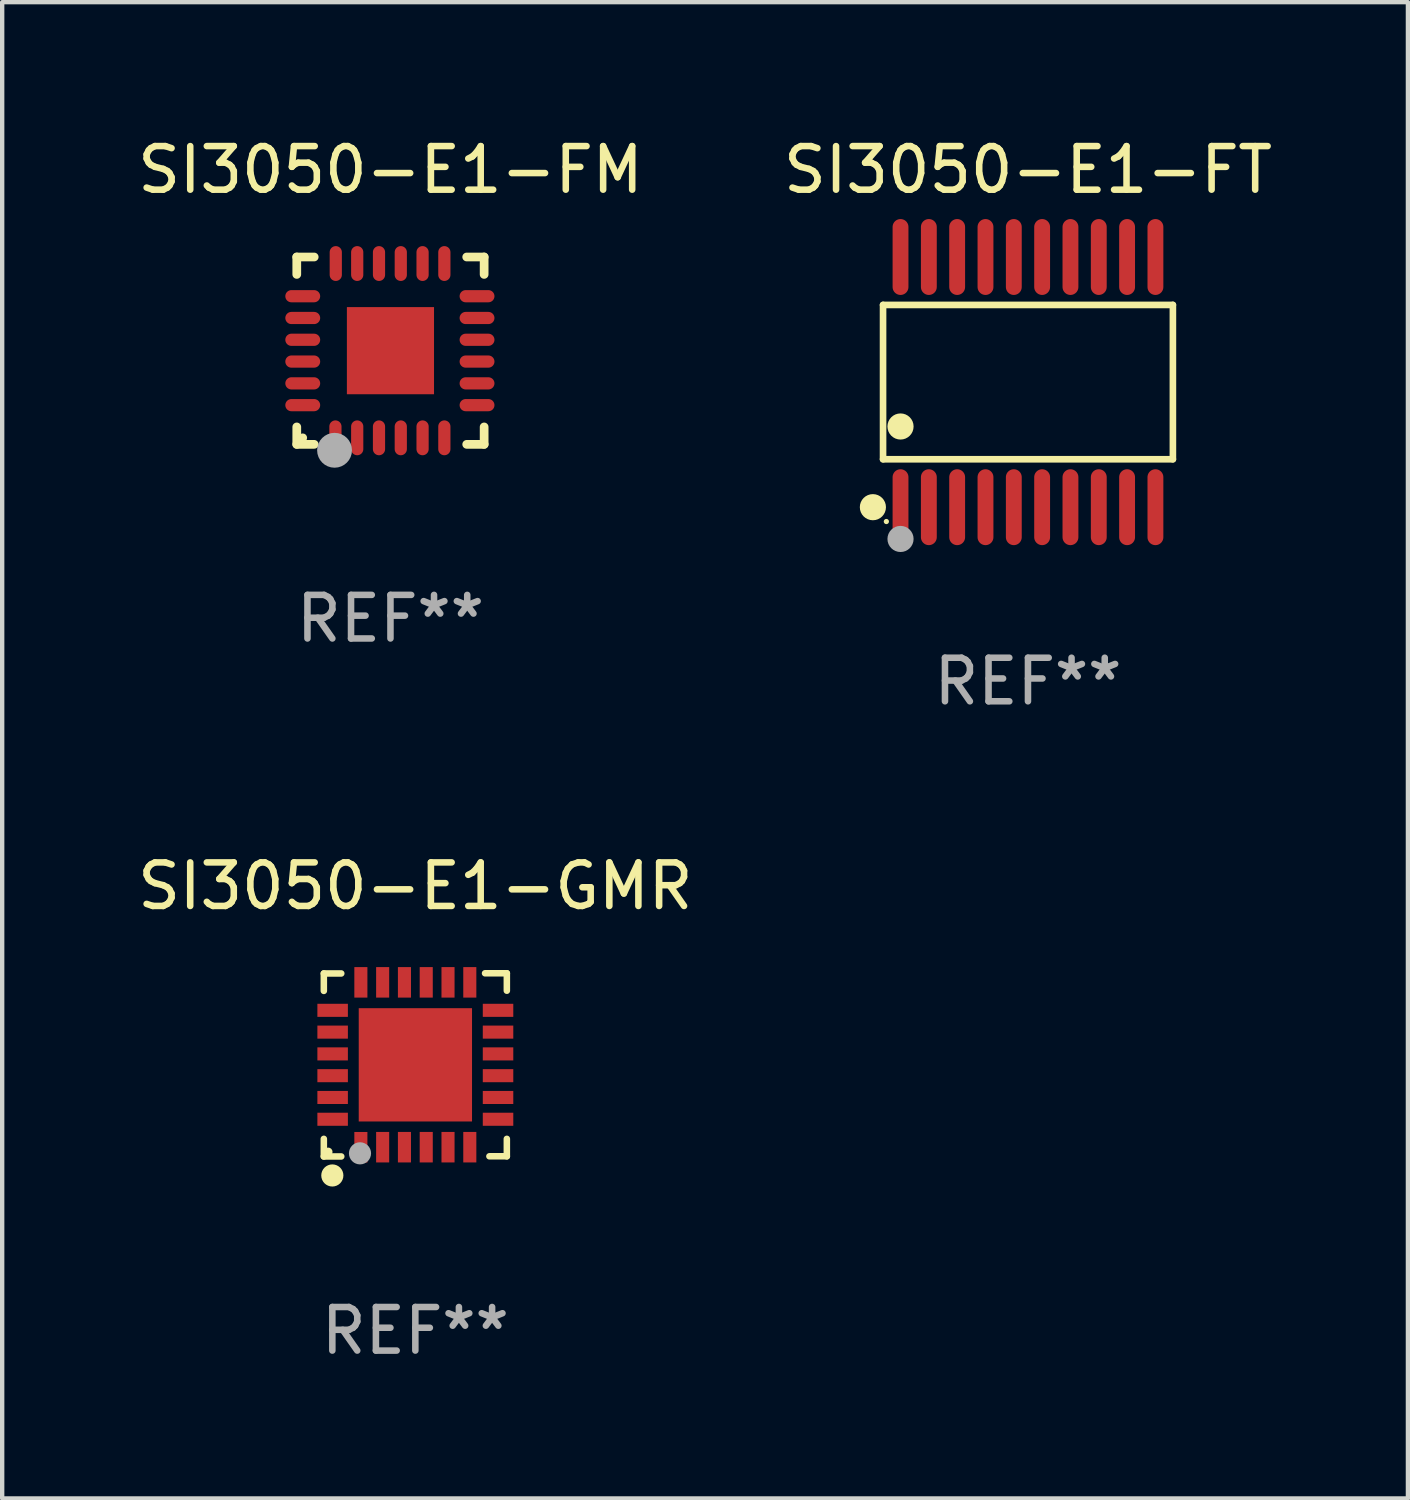
<source format=kicad_pcb>
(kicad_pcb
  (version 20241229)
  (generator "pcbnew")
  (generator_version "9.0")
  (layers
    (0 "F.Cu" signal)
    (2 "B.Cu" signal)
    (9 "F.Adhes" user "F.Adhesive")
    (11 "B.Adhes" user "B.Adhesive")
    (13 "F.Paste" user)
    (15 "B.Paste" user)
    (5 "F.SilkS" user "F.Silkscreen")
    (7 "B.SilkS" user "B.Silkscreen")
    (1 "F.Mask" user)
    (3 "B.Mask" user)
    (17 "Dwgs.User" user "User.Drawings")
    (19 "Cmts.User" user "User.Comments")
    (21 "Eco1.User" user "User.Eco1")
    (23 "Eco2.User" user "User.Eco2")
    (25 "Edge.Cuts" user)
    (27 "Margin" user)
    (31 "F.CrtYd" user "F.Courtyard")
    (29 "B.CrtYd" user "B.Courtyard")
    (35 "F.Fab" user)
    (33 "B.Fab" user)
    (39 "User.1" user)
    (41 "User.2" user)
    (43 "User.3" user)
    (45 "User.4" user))
  (footprint "SI3050-E1-FM"
    (layer "F.Cu")
    (at 5.911 4.998)
    (property "Reference" "SI3050-E1-FM" (at 0 -4.15 0) (layer "F.SilkS") (effects (font (size 1 1) (thickness 0.15))))
    (attr through_hole)
    (fp_line (start -2.15 -2.15) (end -1.75 -2.15) (stroke (width 0.2) (type solid)) (layer "F.SilkS"))
    (fp_line (start -2.15 -1.75) (end -2.15 -2.15) (stroke (width 0.2) (type solid)) (layer "F.SilkS"))
    (fp_line (start -2.15 2.15) (end -2.15 1.75) (stroke (width 0.2) (type solid)) (layer "F.SilkS"))
    (fp_line (start -1.75 2.15) (end -2.15 2.15) (stroke (width 0.2) (type solid)) (layer "F.SilkS"))
    (fp_line (start 2.15 -2.15) (end 1.75 -2.15) (stroke (width 0.2) (type solid)) (layer "F.SilkS"))
    (fp_line (start 2.15 -1.75) (end 2.15 -2.15) (stroke (width 0.2) (type solid)) (layer "F.SilkS"))
    (fp_line (start 2.15 1.75) (end 2.15 2.15) (stroke (width 0.2) (type solid)) (layer "F.SilkS"))
    (fp_line (start 2.15 2.15) (end 1.75 2.15) (stroke (width 0.2) (type solid)) (layer "F.SilkS"))
    (fp_circle (center -2.013 2) (end -1.963 2) (stroke (width 0.1) (type solid)) (fill no) (layer "F.SilkS"))
    (fp_circle (center -1.283 2.286) (end -1.083 2.286) (stroke (width 0.4) (type solid)) (fill no) (layer "F.Fab"))
    (fp_text user "REF**" (at 0 6.15 0) (layer "F.Fab") (effects (font (size 1 1) (thickness 0.15))))
    (pad "1" smd oval (at -1.263 2) (size 0.28 0.8) (layers "F.Cu" "F.Mask" "F.Paste"))
    (pad "2" smd oval (at -0.763 2) (size 0.28 0.8) (layers "F.Cu" "F.Mask" "F.Paste"))
    (pad "3" smd oval (at -0.263 2) (size 0.28 0.8) (layers "F.Cu" "F.Mask" "F.Paste"))
    (pad "4" smd oval (at 0.237 2) (size 0.28 0.8) (layers "F.Cu" "F.Mask" "F.Paste"))
    (pad "5" smd oval (at 0.737 2) (size 0.28 0.8) (layers "F.Cu" "F.Mask" "F.Paste"))
    (pad "6" smd oval (at 1.237 2) (size 0.28 0.8) (layers "F.Cu" "F.Mask" "F.Paste"))
    (pad "7" smd oval (at 1.987 1.25) (size 0.8 0.28) (layers "F.Cu" "F.Mask" "F.Paste"))
    (pad "8" smd oval (at 1.987 0.75) (size 0.8 0.28) (layers "F.Cu" "F.Mask" "F.Paste"))
    (pad "9" smd oval (at 1.987 0.25) (size 0.8 0.28) (layers "F.Cu" "F.Mask" "F.Paste"))
    (pad "10" smd oval (at 1.987 -0.25) (size 0.8 0.28) (layers "F.Cu" "F.Mask" "F.Paste"))
    (pad "11" smd oval (at 1.987 -0.75) (size 0.8 0.28) (layers "F.Cu" "F.Mask" "F.Paste"))
    (pad "12" smd oval (at 1.987 -1.25) (size 0.8 0.28) (layers "F.Cu" "F.Mask" "F.Paste"))
    (pad "13" smd oval (at 1.237 -2) (size 0.28 0.8) (layers "F.Cu" "F.Mask" "F.Paste"))
    (pad "14" smd oval (at 0.737 -2) (size 0.28 0.8) (layers "F.Cu" "F.Mask" "F.Paste"))
    (pad "15" smd oval (at 0.237 -2) (size 0.28 0.8) (layers "F.Cu" "F.Mask" "F.Paste"))
    (pad "16" smd oval (at -0.263 -2) (size 0.28 0.8) (layers "F.Cu" "F.Mask" "F.Paste"))
    (pad "17" smd oval (at -0.763 -2) (size 0.28 0.8) (layers "F.Cu" "F.Mask" "F.Paste"))
    (pad "18" smd oval (at -1.255 -2) (size 0.28 0.8) (layers "F.Cu" "F.Mask" "F.Paste"))
    (pad "19" smd oval (at -2.013 -1.25) (size 0.8 0.28) (layers "F.Cu" "F.Mask" "F.Paste"))
    (pad "20" smd oval (at -2.013 -0.75) (size 0.8 0.28) (layers "F.Cu" "F.Mask" "F.Paste"))
    (pad "21" smd oval (at -2.013 -0.25) (size 0.8 0.28) (layers "F.Cu" "F.Mask" "F.Paste"))
    (pad "22" smd oval (at -2.013 0.25) (size 0.8 0.28) (layers "F.Cu" "F.Mask" "F.Paste"))
    (pad "23" smd oval (at -2.013 0.75) (size 0.8 0.28) (layers "F.Cu" "F.Mask" "F.Paste"))
    (pad "24" smd oval (at -2.013 1.25) (size 0.8 0.28) (layers "F.Cu" "F.Mask" "F.Paste"))
    (pad "25" smd rect (at -0.000013 0) (size 2 2) (layers "F.Cu" "F.Mask" "F.Paste")))
  (footprint "SI3050-E1-FT"
    (layer "F.Cu")
    (at 20.542 5.719)
    (property "Reference" "SI3050-E1-FT" (at 0 -4.871 0) (layer "F.SilkS") (effects (font (size 1 1) (thickness 0.15))))
    (attr through_hole)
    (fp_line (start -3.326 -1.771) (end 3.326 -1.771) (stroke (width 0.152) (type solid)) (layer "F.SilkS"))
    (fp_line (start -3.326 1.771) (end -3.326 -1.771) (stroke (width 0.152) (type solid)) (layer "F.SilkS"))
    (fp_line (start 3.326 -1.771) (end 3.326 1.771) (stroke (width 0.152) (type solid)) (layer "F.SilkS"))
    (fp_line (start 3.326 1.771) (end -3.326 1.771) (stroke (width 0.152) (type solid)) (layer "F.SilkS"))
    (fp_circle (center -3.559 2.871) (end -3.409 2.871) (stroke (width 0.3) (type solid)) (fill no) (layer "F.SilkS"))
    (fp_circle (center -3.25 3.2) (end -3.22 3.2) (stroke (width 0.06) (type solid)) (fill no) (layer "F.SilkS"))
    (fp_circle (center -2.925 1.019) (end -2.775 1.019) (stroke (width 0.3) (type solid)) (fill no) (layer "F.SilkS"))
    (fp_circle (center -2.925 3.6) (end -2.775 3.6) (stroke (width 0.3) (type solid)) (fill no) (layer "F.Fab"))
    (fp_text user "REF**" (at 0 6.871 0) (layer "F.Fab") (effects (font (size 1 1) (thickness 0.15))))
    (pad "1" smd oval (at -2.925 2.871) (size 0.364 1.742) (layers "F.Cu" "F.Mask" "F.Paste"))
    (pad "2" smd oval (at -2.275 2.871) (size 0.364 1.742) (layers "F.Cu" "F.Mask" "F.Paste"))
    (pad "3" smd oval (at -1.625 2.871) (size 0.364 1.742) (layers "F.Cu" "F.Mask" "F.Paste"))
    (pad "4" smd oval (at -0.975 2.871) (size 0.364 1.742) (layers "F.Cu" "F.Mask" "F.Paste"))
    (pad "5" smd oval (at -0.325 2.871) (size 0.364 1.742) (layers "F.Cu" "F.Mask" "F.Paste"))
    (pad "6" smd oval (at 0.325 2.871) (size 0.364 1.742) (layers "F.Cu" "F.Mask" "F.Paste"))
    (pad "7" smd oval (at 0.975 2.871) (size 0.364 1.742) (layers "F.Cu" "F.Mask" "F.Paste"))
    (pad "8" smd oval (at 1.625 2.871) (size 0.364 1.742) (layers "F.Cu" "F.Mask" "F.Paste"))
    (pad "9" smd oval (at 2.275 2.871) (size 0.364 1.742) (layers "F.Cu" "F.Mask" "F.Paste"))
    (pad "10" smd oval (at 2.925 2.871) (size 0.364 1.742) (layers "F.Cu" "F.Mask" "F.Paste"))
    (pad "11" smd oval (at 2.925 -2.871) (size 0.364 1.742) (layers "F.Cu" "F.Mask" "F.Paste"))
    (pad "12" smd oval (at 2.275 -2.871) (size 0.364 1.742) (layers "F.Cu" "F.Mask" "F.Paste"))
    (pad "13" smd oval (at 1.625 -2.871) (size 0.364 1.742) (layers "F.Cu" "F.Mask" "F.Paste"))
    (pad "14" smd oval (at 0.975 -2.871) (size 0.364 1.742) (layers "F.Cu" "F.Mask" "F.Paste"))
    (pad "15" smd oval (at 0.325 -2.871) (size 0.364 1.742) (layers "F.Cu" "F.Mask" "F.Paste"))
    (pad "16" smd oval (at -0.325 -2.871) (size 0.364 1.742) (layers "F.Cu" "F.Mask" "F.Paste"))
    (pad "17" smd oval (at -0.975 -2.871) (size 0.364 1.742) (layers "F.Cu" "F.Mask" "F.Paste"))
    (pad "18" smd oval (at -1.625 -2.871) (size 0.364 1.742) (layers "F.Cu" "F.Mask" "F.Paste"))
    (pad "19" smd oval (at -2.275 -2.871) (size 0.364 1.742) (layers "F.Cu" "F.Mask" "F.Paste"))
    (pad "20" smd oval (at -2.925 -2.871) (size 0.364 1.742) (layers "F.Cu" "F.Mask" "F.Paste")))
  (footprint "SI3050-E1-GMR"
    (layer "F.Cu")
    (at 6.482 21.389)
    (property "Reference" "SI3050-E1-GMR" (at 0 -4.102 0) (layer "F.SilkS") (effects (font (size 1 1) (thickness 0.15))))
    (attr through_hole)
    (fp_line (start -2.1 -2.098) (end -1.7 -2.098) (stroke (width 0.15) (type solid)) (layer "F.SilkS"))
    (fp_line (start -2.1 -1.698) (end -2.1 -2.098) (stroke (width 0.15) (type solid)) (layer "F.SilkS"))
    (fp_line (start -2.1 2.102) (end -2.1 1.698) (stroke (width 0.15) (type solid)) (layer "F.SilkS"))
    (fp_line (start -1.7 2.102) (end -2.1 2.102) (stroke (width 0.15) (type solid)) (layer "F.SilkS"))
    (fp_line (start 1.6 -2.102) (end 2.1 -2.102) (stroke (width 0.15) (type solid)) (layer "F.SilkS"))
    (fp_line (start 1.7 2.098) (end 2.1 2.098) (stroke (width 0.15) (type solid)) (layer "F.SilkS"))
    (fp_line (start 2.1 -2.102) (end 2.1 -1.702) (stroke (width 0.15) (type solid)) (layer "F.SilkS"))
    (fp_line (start 2.1 2.098) (end 2.1 1.698) (stroke (width 0.15) (type solid)) (layer "F.SilkS"))
    (fp_circle (center -2 1.998) (end -1.95 1.998) (stroke (width 0.1) (type solid)) (fill no) (layer "F.SilkS"))
    (fp_circle (center -1.905 2.538) (end -1.778 2.538) (stroke (width 0.254) (type solid)) (fill no) (layer "F.SilkS"))
    (fp_circle (center -1.27 2.03) (end -1.143 2.03) (stroke (width 0.254) (type solid)) (fill no) (layer "F.Fab"))
    (fp_text user "REF**" (at 0 6.102 0) (layer "F.Fab") (effects (font (size 1 1) (thickness 0.15))))
    (pad "1" smd rect (at -1.25 1.89 180) (size 0.3 0.7) (layers "F.Cu" "F.Mask" "F.Paste"))
    (pad "2" smd rect (at -0.75 1.889 180) (size 0.3 0.7) (layers "F.Cu" "F.Mask" "F.Paste"))
    (pad "3" smd rect (at -0.25 1.889 180) (size 0.3 0.7) (layers "F.Cu" "F.Mask" "F.Paste"))
    (pad "4" smd rect (at 0.25 1.889 180) (size 0.3 0.7) (layers "F.Cu" "F.Mask" "F.Paste"))
    (pad "5" smd rect (at 0.75 1.889 180) (size 0.3 0.7) (layers "F.Cu" "F.Mask" "F.Paste"))
    (pad "6" smd rect (at 1.25 1.889 180) (size 0.3 0.7) (layers "F.Cu" "F.Mask" "F.Paste"))
    (pad "7" smd rect (at 1.898 1.248 270) (size 0.3 0.7) (layers "F.Cu" "F.Mask" "F.Paste"))
    (pad "8" smd rect (at 1.898 0.748 270) (size 0.3 0.7) (layers "F.Cu" "F.Mask" "F.Paste"))
    (pad "9" smd rect (at 1.898 0.248 270) (size 0.3 0.7) (layers "F.Cu" "F.Mask" "F.Paste"))
    (pad "10" smd rect (at 1.898 -0.252 270) (size 0.3 0.7) (layers "F.Cu" "F.Mask" "F.Paste"))
    (pad "11" smd rect (at 1.898 -0.752 270) (size 0.3 0.7) (layers "F.Cu" "F.Mask" "F.Paste"))
    (pad "12" smd rect (at 1.898 -1.252 270) (size 0.3 0.7) (layers "F.Cu" "F.Mask" "F.Paste"))
    (pad "13" smd rect (at 1.25 -1.894) (size 0.3 0.7) (layers "F.Cu" "F.Mask" "F.Paste"))
    (pad "14" smd rect (at 0.75 -1.894) (size 0.3 0.7) (layers "F.Cu" "F.Mask" "F.Paste"))
    (pad "15" smd rect (at 0.25 -1.894) (size 0.3 0.7) (layers "F.Cu" "F.Mask" "F.Paste"))
    (pad "16" smd rect (at -0.25 -1.894) (size 0.3 0.7) (layers "F.Cu" "F.Mask" "F.Paste"))
    (pad "17" smd rect (at -0.75 -1.894) (size 0.3 0.7) (layers "F.Cu" "F.Mask" "F.Paste"))
    (pad "18" smd rect (at -1.25 -1.894) (size 0.3 0.7) (layers "F.Cu" "F.Mask" "F.Paste"))
    (pad "19" smd rect (at -1.898 -1.252 90) (size 0.3 0.7) (layers "F.Cu" "F.Mask" "F.Paste"))
    (pad "20" smd rect (at -1.898 -0.752 90) (size 0.3 0.7) (layers "F.Cu" "F.Mask" "F.Paste"))
    (pad "21" smd rect (at -1.898 -0.252 90) (size 0.3 0.7) (layers "F.Cu" "F.Mask" "F.Paste"))
    (pad "22" smd rect (at -1.898 0.248 90) (size 0.3 0.7) (layers "F.Cu" "F.Mask" "F.Paste"))
    (pad "23" smd rect (at -1.898 0.748 90) (size 0.3 0.7) (layers "F.Cu" "F.Mask" "F.Paste"))
    (pad "24" smd rect (at -1.898 1.248 90) (size 0.3 0.7) (layers "F.Cu" "F.Mask" "F.Paste"))
    (pad "25" smd rect (at 0.001 -0.001 90) (size 2.6 2.6) (layers "F.Cu" "F.Mask" "F.Paste")))
  (gr_rect
    (start -3 -3)
    (end 29.262 31.339)
    (stroke (width 0.1) (type default))
    (fill no)
    (layer "Edge.Cuts")))
</source>
